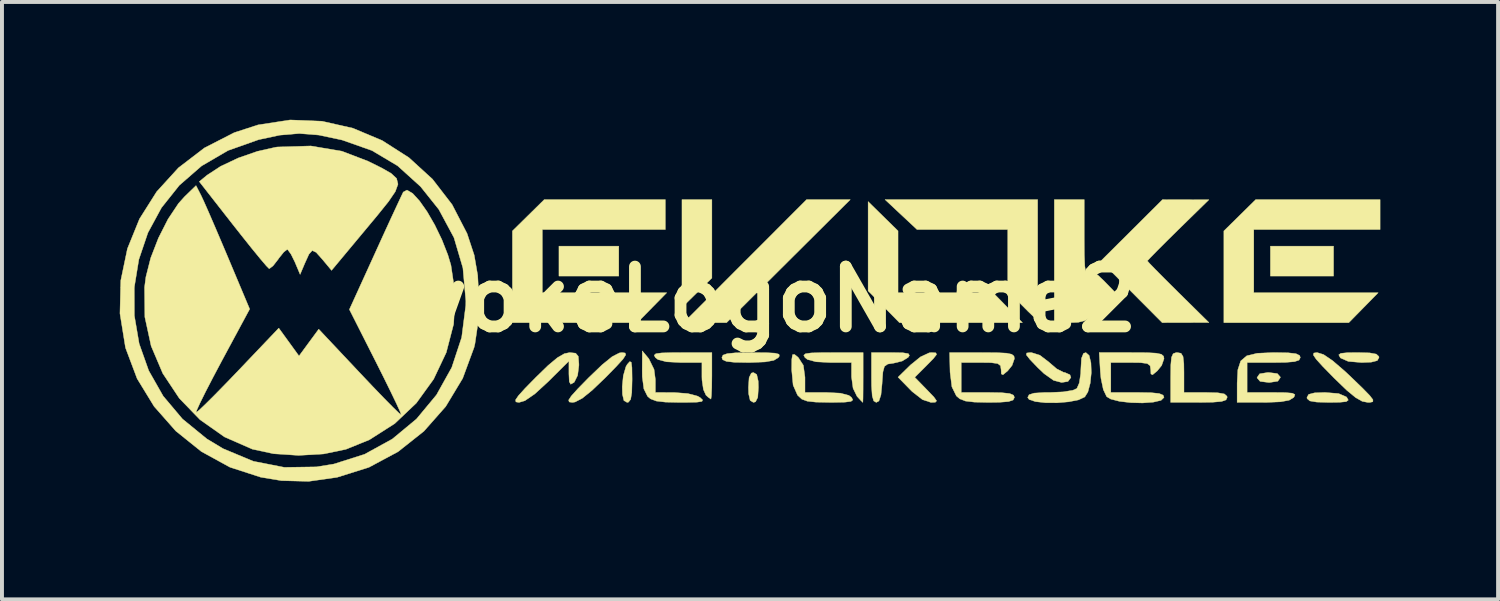
<source format=kicad_pcb>
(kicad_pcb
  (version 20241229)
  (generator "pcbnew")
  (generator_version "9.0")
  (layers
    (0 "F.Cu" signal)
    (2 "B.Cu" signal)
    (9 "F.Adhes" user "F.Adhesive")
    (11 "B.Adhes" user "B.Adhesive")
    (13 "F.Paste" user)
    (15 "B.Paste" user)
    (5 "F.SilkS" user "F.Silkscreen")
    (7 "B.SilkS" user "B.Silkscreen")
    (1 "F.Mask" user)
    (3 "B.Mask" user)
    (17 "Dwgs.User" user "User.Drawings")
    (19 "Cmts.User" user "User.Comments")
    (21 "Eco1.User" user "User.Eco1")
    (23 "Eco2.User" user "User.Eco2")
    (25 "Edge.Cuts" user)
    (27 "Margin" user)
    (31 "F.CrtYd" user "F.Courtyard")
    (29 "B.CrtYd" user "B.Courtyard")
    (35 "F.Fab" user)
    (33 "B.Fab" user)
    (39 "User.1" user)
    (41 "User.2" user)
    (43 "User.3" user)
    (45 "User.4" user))
  (footprint "EvokeLogoName2"
    (layer "F.Cu")
    (at 16.096 4.574)
    (property "Reference" "EvokeLogoName2" (at 0 0 0) (layer "F.SilkS") (effects (font (size 1.524 1.524) (thickness 0.3))))
    (attr through_hole)
    (fp_poly (pts (xy -3.387 -0.593) (xy -4.911 -0.593) (xy -4.911 -1.355) (xy -3.387 -1.355) (xy -3.387 -0.593)) (stroke (width 0.01) (type solid)) (fill yes) (layer "F.SilkS"))
    (fp_poly (pts (xy -1.016 -0.543) (xy -1.778 0.205) (xy -1.778 -2.54) (xy -1.016 -2.54) (xy -1.016 -0.543)) (stroke (width 0.01) (type solid)) (fill yes) (layer "F.SilkS"))
    (fp_poly (pts (xy 14.817 -0.593) (xy 13.208 -0.593) (xy 13.208 -1.355) (xy 14.817 -1.355) (xy 14.817 -0.593)) (stroke (width 0.01) (type solid)) (fill yes) (layer "F.SilkS"))
    (fp_poly (pts (xy 0.934 -0.974) (xy -0.641 0.593) (xy -1.734 0.593) (xy -0.169 -0.974) (xy 1.395 -2.54) (xy 1.952 -2.54) (xy 2.508 -2.54) (xy 0.934 -0.974)) (stroke (width 0.01) (type solid)) (fill yes) (layer "F.SilkS"))
    (fp_poly (pts (xy 3.725 -1.743) (xy 3.725 -0.169) (xy 6.145 -0.169) (xy 6.893 0.593) (xy 3.761 0.593) (xy 2.963 -0.217) (xy 2.963 -2.491) (xy 3.725 -1.743)) (stroke (width 0.01) (type solid)) (fill yes) (layer "F.SilkS"))
    (fp_poly (pts (xy -2.201 -1.778) (xy -5.334 -1.778) (xy -5.334 -0.169) (xy -2.166 -0.169) (xy -2.914 0.593) (xy -6.096 0.593) (xy -6.096 -1.742) (xy -5.691 -2.141) (xy -5.286 -2.54) (xy -2.201 -2.54) (xy -2.201 -1.778)) (stroke (width 0.01) (type solid)) (fill yes) (layer "F.SilkS"))
    (fp_poly (pts (xy 16.002 -1.778) (xy 12.785 -1.778) (xy 12.785 -0.169) (xy 15.953 -0.169) (xy 15.579 0.212) (xy 15.205 0.593) (xy 12.023 0.593) (xy 12.023 -1.742) (xy 12.428 -2.141) (xy 12.833 -2.54) (xy 16.002 -2.54) (xy 16.002 -1.778)) (stroke (width 0.01) (type solid)) (fill yes) (layer "F.SilkS"))
    (fp_poly (pts (xy 0.126 1.913) (xy 0.164 2.082) (xy 0.169 2.244) (xy 0.153 2.495) (xy 0.096 2.609) (xy 0.042 2.625) (xy -0.041 2.575) (xy -0.08 2.405) (xy -0.085 2.244) (xy -0.068 1.993) (xy -0.012 1.878) (xy 0.042 1.863) (xy 0.126 1.913)) (stroke (width 0.01) (type solid)) (fill yes) (layer "F.SilkS"))
    (fp_poly (pts (xy 13.385 1.89) (xy 13.461 1.978) (xy 13.462 1.99) (xy 13.398 2.084) (xy 13.193 2.116) (xy 13.166 2.117) (xy 12.946 2.089) (xy 12.87 2.001) (xy 12.869 1.99) (xy 12.934 1.896) (xy 13.139 1.863) (xy 13.166 1.863) (xy 13.385 1.89)) (stroke (width 0.01) (type solid)) (fill yes) (layer "F.SilkS"))
    (fp_poly (pts (xy 7.281 -1.016) (xy 7.28 -0.529) (xy 7.276 -0.107) (xy 7.271 0.225) (xy 7.264 0.438) (xy 7.257 0.508) (xy 7.189 0.453) (xy 7.039 0.309) (xy 6.876 0.145) (xy 6.519 -0.218) (xy 6.519 -1.778) (xy 4.209 -1.778) (xy 3.394 -2.54) (xy 7.281 -2.54) (xy 7.281 -1.016)) (stroke (width 0.01) (type solid)) (fill yes) (layer "F.SilkS"))
    (fp_poly (pts (xy 14.946 2.399) (xy 15.143 2.484) (xy 15.155 2.498) (xy 15.192 2.565) (xy 15.141 2.604) (xy 14.974 2.621) (xy 14.7 2.625) (xy 14.388 2.616) (xy 14.213 2.587) (xy 14.144 2.529) (xy 14.139 2.498) (xy 14.182 2.42) (xy 14.331 2.381) (xy 14.595 2.371) (xy 14.946 2.399)) (stroke (width 0.01) (type solid)) (fill yes) (layer "F.SilkS"))
    (fp_poly (pts (xy 15.735 1.363) (xy 15.905 1.394) (xy 15.97 1.454) (xy 15.974 1.482) (xy 15.93 1.56) (xy 15.778 1.599) (xy 15.533 1.609) (xy 15.192 1.58) (xy 14.998 1.495) (xy 14.986 1.482) (xy 14.949 1.413) (xy 15.001 1.375) (xy 15.169 1.358) (xy 15.427 1.355) (xy 15.735 1.363)) (stroke (width 0.01) (type solid)) (fill yes) (layer "F.SilkS"))
    (fp_poly (pts (xy -3.069 1.602) (xy -3.052 1.737) (xy -3.048 2.012) (xy -3.048 2.058) (xy -3.056 2.372) (xy -3.085 2.548) (xy -3.142 2.619) (xy -3.175 2.625) (xy -3.256 2.578) (xy -3.294 2.418) (xy -3.299 2.223) (xy -3.272 1.945) (xy -3.206 1.716) (xy -3.172 1.656) (xy -3.107 1.584) (xy -3.069 1.602)) (stroke (width 0.01) (type solid)) (fill yes) (layer "F.SilkS"))
    (fp_poly (pts (xy 0.372 1.358) (xy 0.591 1.37) (xy 0.693 1.397) (xy 0.703 1.443) (xy 0.677 1.482) (xy 0.562 1.553) (xy 0.341 1.593) (xy -0.013 1.608) (xy -0.095 1.609) (xy -0.44 1.603) (xy -0.645 1.58) (xy -0.742 1.536) (xy -0.762 1.482) (xy -0.733 1.42) (xy -0.625 1.382) (xy -0.41 1.361) (xy -0.06 1.355) (xy 0.01 1.355) (xy 0.372 1.358)) (stroke (width 0.01) (type solid)) (fill yes) (layer "F.SilkS"))
    (fp_poly (pts (xy 4.687 1.362) (xy 4.707 1.403) (xy 4.626 1.507) (xy 4.466 1.67) (xy 4.151 1.985) (xy 4.463 2.305) (xy 4.64 2.49) (xy 4.707 2.585) (xy 4.675 2.62) (xy 4.564 2.625) (xy 4.347 2.553) (xy 4.086 2.35) (xy 4.039 2.303) (xy 3.725 1.982) (xy 4.046 1.668) (xy 4.297 1.465) (xy 4.518 1.362) (xy 4.574 1.355) (xy 4.687 1.362)) (stroke (width 0.01) (type solid)) (fill yes) (layer "F.SilkS"))
    (fp_poly (pts (xy 7.336 1.422) (xy 7.566 1.597) (xy 7.578 1.609) (xy 7.767 1.77) (xy 7.938 1.857) (xy 7.975 1.863) (xy 8.103 1.92) (xy 8.128 1.99) (xy 8.053 2.091) (xy 7.892 2.117) (xy 7.686 2.063) (xy 7.444 1.891) (xy 7.281 1.736) (xy 7.083 1.529) (xy 6.993 1.415) (xy 7.001 1.366) (xy 7.095 1.355) (xy 7.121 1.355) (xy 7.336 1.422)) (stroke (width 0.01) (type solid)) (fill yes) (layer "F.SilkS"))
    (fp_poly (pts (xy 8.467 -1.556) (xy 8.47 -1.131) (xy 8.481 -0.853) (xy 8.503 -0.7) (xy 8.539 -0.648) (xy 8.579 -0.665) (xy 8.68 -0.693) (xy 8.819 -0.613) (xy 8.977 -0.463) (xy 9.263 -0.168) (xy 8.889 0.212) (xy 8.668 0.425) (xy 8.496 0.539) (xy 8.312 0.585) (xy 8.11 0.593) (xy 7.705 0.593) (xy 7.705 -2.54) (xy 8.467 -2.54) (xy 8.467 -1.556)) (stroke (width 0.01) (type solid)) (fill yes) (layer "F.SilkS"))
    (fp_poly (pts (xy 11.642 -2.537) (xy 10.858 -1.77) (xy 10.566 -1.482) (xy 10.323 -1.239) (xy 10.153 -1.065) (xy 10.077 -0.983) (xy 10.075 -0.979) (xy 10.132 -0.914) (xy 10.287 -0.754) (xy 10.518 -0.521) (xy 10.803 -0.238) (xy 10.858 -0.183) (xy 11.642 0.59) (xy 10.453 0.593) (xy 9.671 -0.192) (xy 8.89 -0.977) (xy 9.675 -1.758) (xy 10.46 -2.54) (xy 11.642 -2.537)) (stroke (width 0.01) (type solid)) (fill yes) (layer "F.SilkS"))
    (fp_poly (pts (xy -3.224 1.366) (xy -3.21 1.414) (xy -3.278 1.519) (xy -3.442 1.7) (xy -3.713 1.978) (xy -3.725 1.99) (xy -4.065 2.315) (xy -4.317 2.519) (xy -4.5 2.614) (xy -4.568 2.625) (xy -4.65 2.613) (xy -4.664 2.565) (xy -4.596 2.461) (xy -4.432 2.279) (xy -4.161 2.002) (xy -4.149 1.99) (xy -3.809 1.664) (xy -3.557 1.46) (xy -3.374 1.365) (xy -3.306 1.355) (xy -3.224 1.366)) (stroke (width 0.01) (type solid)) (fill yes) (layer "F.SilkS"))
    (fp_poly (pts (xy 3.847 1.36) (xy 3.987 1.382) (xy 4.015 1.428) (xy 3.983 1.477) (xy 3.831 1.571) (xy 3.613 1.625) (xy 3.462 1.648) (xy 3.379 1.707) (xy 3.34 1.847) (xy 3.32 2.109) (xy 3.319 2.138) (xy 3.29 2.434) (xy 3.238 2.588) (xy 3.171 2.625) (xy 3.106 2.588) (xy 3.067 2.458) (xy 3.05 2.205) (xy 3.048 1.99) (xy 3.048 1.355) (xy 3.566 1.355) (xy 3.847 1.36)) (stroke (width 0.01) (type solid)) (fill yes) (layer "F.SilkS"))
    (fp_poly (pts (xy -2.622 1.512) (xy -2.489 1.783) (xy -2.455 2.041) (xy -2.455 2.371) (xy -1.968 2.373) (xy -1.628 2.399) (xy -1.379 2.465) (xy -1.317 2.5) (xy -1.251 2.562) (xy -1.269 2.599) (xy -1.394 2.618) (xy -1.652 2.624) (xy -1.833 2.625) (xy -2.197 2.617) (xy -2.431 2.59) (xy -2.578 2.534) (xy -2.654 2.47) (xy -2.748 2.281) (xy -2.789 1.97) (xy -2.791 1.814) (xy -2.788 1.312) (xy -2.622 1.512)) (stroke (width 0.01) (type solid)) (fill yes) (layer "F.SilkS"))
    (fp_poly (pts (xy -1.016 1.947) (xy -1.019 2.239) (xy -1.028 2.451) (xy -1.04 2.54) (xy -1.041 2.54) (xy -1.114 2.489) (xy -1.168 2.438) (xy -1.232 2.295) (xy -1.267 2.059) (xy -1.27 1.973) (xy -1.27 1.609) (xy -1.81 1.609) (xy -2.171 1.59) (xy -2.389 1.533) (xy -2.455 1.482) (xy -2.486 1.422) (xy -2.442 1.384) (xy -2.295 1.364) (xy -2.021 1.356) (xy -1.788 1.355) (xy -1.016 1.355) (xy -1.016 1.947)) (stroke (width 0.01) (type solid)) (fill yes) (layer "F.SilkS"))
    (fp_poly (pts (xy 2.836 1.355) (xy 2.836 1.99) (xy 2.835 2.293) (xy 2.833 2.518) (xy 2.829 2.622) (xy 2.828 2.625) (xy 2.773 2.571) (xy 2.68 2.47) (xy 2.58 2.265) (xy 2.54 1.974) (xy 2.54 1.962) (xy 2.54 1.609) (xy 2 1.609) (xy 1.639 1.59) (xy 1.421 1.533) (xy 1.355 1.482) (xy 1.324 1.422) (xy 1.368 1.385) (xy 1.513 1.364) (xy 1.785 1.356) (xy 2.043 1.355) (xy 2.836 1.355)) (stroke (width 0.01) (type solid)) (fill yes) (layer "F.SilkS"))
    (fp_poly (pts (xy 10.932 1.373) (xy 10.983 1.455) (xy 11.004 1.638) (xy 11.007 1.863) (xy 11.007 2.371) (xy 11.557 2.371) (xy 11.866 2.379) (xy 12.037 2.409) (xy 12.103 2.469) (xy 12.107 2.498) (xy 12.077 2.561) (xy 11.965 2.6) (xy 11.742 2.619) (xy 11.388 2.625) (xy 10.668 2.625) (xy 10.668 1.99) (xy 10.672 1.665) (xy 10.69 1.475) (xy 10.732 1.383) (xy 10.807 1.356) (xy 10.837 1.355) (xy 10.932 1.373)) (stroke (width 0.01) (type solid)) (fill yes) (layer "F.SilkS"))
    (fp_poly (pts (xy 14.561 1.405) (xy 14.794 1.563) (xy 15.113 1.838) (xy 15.274 1.99) (xy 15.562 2.268) (xy 15.739 2.45) (xy 15.82 2.557) (xy 15.817 2.608) (xy 15.743 2.624) (xy 15.692 2.625) (xy 15.547 2.597) (xy 15.377 2.5) (xy 15.154 2.316) (xy 14.85 2.023) (xy 14.817 1.99) (xy 14.541 1.708) (xy 14.374 1.524) (xy 14.302 1.417) (xy 14.313 1.367) (xy 14.393 1.355) (xy 14.399 1.355) (xy 14.561 1.405)) (stroke (width 0.01) (type solid)) (fill yes) (layer "F.SilkS"))
    (fp_poly (pts (xy -4.485 1.371) (xy -4.418 1.451) (xy -4.403 1.646) (xy -4.403 1.683) (xy -4.435 1.936) (xy -4.519 2.106) (xy -4.53 2.117) (xy -4.612 2.162) (xy -4.648 2.096) (xy -4.657 1.897) (xy -4.657 1.571) (xy -5.188 2.098) (xy -5.526 2.408) (xy -5.778 2.581) (xy -5.927 2.625) (xy -6.006 2.612) (xy -6.016 2.561) (xy -5.942 2.452) (xy -5.772 2.264) (xy -5.503 1.99) (xy -5.186 1.682) (xy -4.951 1.486) (xy -4.774 1.383) (xy -4.638 1.355) (xy -4.485 1.371)) (stroke (width 0.01) (type solid)) (fill yes) (layer "F.SilkS"))
    (fp_poly (pts (xy 1.185 1.481) (xy 1.185 1.482) (xy 1.313 1.679) (xy 1.355 1.983) (xy 1.355 2.003) (xy 1.355 2.371) (xy 1.895 2.371) (xy 2.256 2.389) (xy 2.473 2.446) (xy 2.54 2.498) (xy 2.574 2.561) (xy 2.526 2.599) (xy 2.371 2.618) (xy 2.081 2.624) (xy 1.979 2.624) (xy 1.633 2.617) (xy 1.413 2.593) (xy 1.275 2.542) (xy 1.177 2.452) (xy 1.164 2.437) (xy 1.053 2.185) (xy 1.016 1.795) (xy 1.016 1.79) (xy 1.019 1.528) (xy 1.038 1.408) (xy 1.088 1.402) (xy 1.185 1.481)) (stroke (width 0.01) (type solid)) (fill yes) (layer "F.SilkS"))
    (fp_poly (pts (xy 8.592 1.429) (xy 8.638 1.617) (xy 8.647 1.868) (xy 8.62 2.132) (xy 8.56 2.359) (xy 8.481 2.485) (xy 8.323 2.559) (xy 8.073 2.609) (xy 7.776 2.634) (xy 7.478 2.632) (xy 7.225 2.604) (xy 7.063 2.55) (xy 7.027 2.498) (xy 7.063 2.428) (xy 7.19 2.388) (xy 7.441 2.372) (xy 7.603 2.371) (xy 7.932 2.356) (xy 8.176 2.316) (xy 8.28 2.269) (xy 8.341 2.129) (xy 8.377 1.889) (xy 8.382 1.761) (xy 8.397 1.501) (xy 8.447 1.377) (xy 8.509 1.355) (xy 8.592 1.429)) (stroke (width 0.01) (type solid)) (fill yes) (layer "F.SilkS"))
    (fp_poly (pts (xy 13.66 1.361) (xy 13.861 1.384) (xy 13.953 1.43) (xy 13.97 1.482) (xy 13.938 1.547) (xy 13.822 1.586) (xy 13.593 1.605) (xy 13.293 1.609) (xy 12.615 1.609) (xy 12.615 2.371) (xy 13.261 2.371) (xy 13.584 2.374) (xy 13.766 2.39) (xy 13.833 2.424) (xy 13.812 2.483) (xy 13.801 2.498) (xy 13.685 2.569) (xy 13.465 2.609) (xy 13.11 2.624) (xy 13.028 2.625) (xy 12.361 2.625) (xy 12.361 2.13) (xy 12.379 1.793) (xy 12.452 1.569) (xy 12.607 1.437) (xy 12.872 1.373) (xy 13.275 1.355) (xy 13.32 1.355) (xy 13.66 1.361)) (stroke (width 0.01) (type solid)) (fill yes) (layer "F.SilkS"))
    (fp_poly (pts (xy 9.673 1.355) (xy 10.054 1.357) (xy 10.296 1.37) (xy 10.431 1.398) (xy 10.488 1.447) (xy 10.499 1.511) (xy 10.439 1.683) (xy 10.329 1.82) (xy 10.207 1.921) (xy 10.165 1.899) (xy 10.16 1.791) (xy 10.145 1.69) (xy 10.072 1.635) (xy 9.903 1.612) (xy 9.652 1.609) (xy 9.144 1.609) (xy 9.144 2.371) (xy 9.821 2.371) (xy 10.169 2.377) (xy 10.377 2.398) (xy 10.477 2.441) (xy 10.499 2.498) (xy 10.423 2.572) (xy 10.226 2.618) (xy 9.953 2.638) (xy 9.651 2.63) (xy 9.365 2.597) (xy 9.141 2.539) (xy 9.038 2.477) (xy 8.953 2.298) (xy 8.893 2.011) (xy 8.877 1.841) (xy 8.848 1.354) (xy 9.673 1.355)) (stroke (width 0.01) (type solid)) (fill yes) (layer "F.SilkS"))
    (fp_poly (pts (xy 5.863 1.355) (xy 6.244 1.358) (xy 6.486 1.37) (xy 6.621 1.398) (xy 6.678 1.447) (xy 6.689 1.511) (xy 6.629 1.683) (xy 6.519 1.82) (xy 6.397 1.921) (xy 6.355 1.899) (xy 6.35 1.791) (xy 6.335 1.69) (xy 6.262 1.635) (xy 6.093 1.612) (xy 5.842 1.609) (xy 5.334 1.609) (xy 5.334 2.371) (xy 6.011 2.371) (xy 6.359 2.377) (xy 6.567 2.398) (xy 6.667 2.441) (xy 6.689 2.498) (xy 6.656 2.563) (xy 6.539 2.603) (xy 6.307 2.621) (xy 6.024 2.625) (xy 5.67 2.617) (xy 5.442 2.59) (xy 5.298 2.534) (xy 5.21 2.459) (xy 5.097 2.229) (xy 5.05 1.856) (xy 5.049 1.824) (xy 5.038 1.355) (xy 5.863 1.355)) (stroke (width 0.01) (type solid)) (fill yes) (layer "F.SilkS"))
    (fp_poly (pts (xy -10.438 -3.773) (xy -9.774 -3.519) (xy -9.429 -3.348) (xy -9.186 -3.21) (xy -9.046 -3.08) (xy -9.01 -2.934) (xy -9.078 -2.746) (xy -9.249 -2.494) (xy -9.525 -2.151) (xy -9.797 -1.824) (xy -10.702 -0.738) (xy -10.937 -1.02) (xy -11.095 -1.197) (xy -11.194 -1.244) (xy -11.277 -1.151) (xy -11.379 -0.927) (xy -11.503 -0.635) (xy -11.637 -0.953) (xy -11.735 -1.151) (xy -11.816 -1.262) (xy -11.833 -1.27) (xy -11.917 -1.206) (xy -12.042 -1.05) (xy -12.065 -1.016) (xy -12.191 -0.855) (xy -12.284 -0.783) (xy -12.294 -0.783) (xy -12.364 -0.854) (xy -12.519 -1.036) (xy -12.74 -1.306) (xy -13.008 -1.642) (xy -13.213 -1.902) (xy -14.071 -2.999) (xy -13.872 -3.163) (xy -13.525 -3.39) (xy -13.074 -3.602) (xy -12.585 -3.772) (xy -12.124 -3.875) (xy -12.079 -3.881) (xy -11.231 -3.907) (xy -10.438 -3.773)) (stroke (width 0.01) (type solid)) (fill yes) (layer "F.SilkS"))
    (fp_poly (pts (xy -14.029 -2.655) (xy -13.955 -2.497) (xy -13.83 -2.215) (xy -13.668 -1.84) (xy -13.482 -1.404) (xy -13.346 -1.083) (xy -12.787 0.247) (xy -13.496 1.563) (xy -13.721 1.987) (xy -13.911 2.354) (xy -14.053 2.641) (xy -14.136 2.825) (xy -14.151 2.882) (xy -14.078 2.825) (xy -13.909 2.664) (xy -13.663 2.419) (xy -13.361 2.11) (xy -13.071 1.808) (xy -12.046 0.732) (xy -11.531 1.442) (xy -11.28 1.1) (xy -11.029 0.759) (xy -9.99 1.863) (xy -9.656 2.216) (xy -9.364 2.519) (xy -9.132 2.754) (xy -8.98 2.901) (xy -8.926 2.943) (xy -8.955 2.863) (xy -9.048 2.658) (xy -9.196 2.351) (xy -9.385 1.967) (xy -9.575 1.588) (xy -10.248 0.258) (xy -9.601 -1.162) (xy -9.391 -1.624) (xy -9.2 -2.04) (xy -9.041 -2.382) (xy -8.928 -2.624) (xy -8.876 -2.733) (xy -8.781 -2.783) (xy -8.638 -2.7) (xy -8.462 -2.508) (xy -8.268 -2.232) (xy -8.073 -1.894) (xy -7.892 -1.52) (xy -7.74 -1.133) (xy -7.662 -0.873) (xy -7.549 -0.119) (xy -7.593 0.63) (xy -7.781 1.354) (xy -8.102 2.032) (xy -8.543 2.642) (xy -9.093 3.164) (xy -9.739 3.576) (xy -10.337 3.819) (xy -10.904 3.937) (xy -11.541 3.974) (xy -12.176 3.932) (xy -12.72 3.815) (xy -13.427 3.505) (xy -14.052 3.065) (xy -14.581 2.518) (xy -15.001 1.885) (xy -15.297 1.188) (xy -15.457 0.451) (xy -15.465 -0.306) (xy -15.43 -0.573) (xy -15.308 -1.054) (xy -15.111 -1.562) (xy -14.867 -2.043) (xy -14.601 -2.442) (xy -14.448 -2.613) (xy -14.154 -2.898) (xy -14.029 -2.655)) (stroke (width 0.01) (type solid)) (fill yes) (layer "F.SilkS"))
    (fp_poly (pts (xy -10.946 -4.537) (xy -10.158 -4.359) (xy -9.414 -4.046) (xy -8.732 -3.61) (xy -8.132 -3.062) (xy -7.632 -2.414) (xy -7.251 -1.677) (xy -7.069 -1.126) (xy -6.98 -0.611) (xy -6.948 -0.012) (xy -6.971 0.595) (xy -7.051 1.135) (xy -7.072 1.224) (xy -7.362 2.011) (xy -7.794 2.728) (xy -8.349 3.357) (xy -9.007 3.879) (xy -9.749 4.277) (xy -10.557 4.531) (xy -10.559 4.532) (xy -11.284 4.635) (xy -11.976 4.617) (xy -12.507 4.529) (xy -13.29 4.275) (xy -14.018 3.876) (xy -14.669 3.353) (xy -15.221 2.727) (xy -15.654 2.019) (xy -15.944 1.249) (xy -15.953 1.215) (xy -16.091 0.359) (xy -16.075 -0.305) (xy -15.726 -0.305) (xy -15.724 0.415) (xy -15.602 1.128) (xy -15.358 1.816) (xy -14.991 2.462) (xy -14.498 3.047) (xy -13.877 3.554) (xy -13.465 3.802) (xy -12.696 4.123) (xy -11.905 4.278) (xy -11.087 4.266) (xy -10.645 4.194) (xy -9.861 3.945) (xy -9.154 3.556) (xy -8.539 3.046) (xy -8.03 2.433) (xy -7.641 1.735) (xy -7.388 0.968) (xy -7.284 0.153) (xy -7.282 0.039) (xy -7.357 -0.8) (xy -7.585 -1.573) (xy -7.971 -2.291) (xy -8.437 -2.874) (xy -9.021 -3.402) (xy -9.673 -3.79) (xy -10.427 -4.056) (xy -10.45 -4.062) (xy -11.024 -4.184) (xy -11.523 -4.224) (xy -12.022 -4.182) (xy -12.56 -4.067) (xy -13.339 -3.791) (xy -14.012 -3.398) (xy -14.578 -2.906) (xy -15.034 -2.333) (xy -15.379 -1.697) (xy -15.61 -1.015) (xy -15.726 -0.305) (xy -16.075 -0.305) (xy -16.07 -0.482) (xy -15.901 -1.291) (xy -15.593 -2.05) (xy -15.156 -2.742) (xy -14.602 -3.35) (xy -13.94 -3.857) (xy -13.181 -4.246) (xy -12.576 -4.443) (xy -11.758 -4.569) (xy -10.946 -4.537)) (stroke (width 0.01) (type solid)) (fill yes) (layer "F.SilkS")))
  (gr_rect
    (start -3 -3)
    (end 35.103 12.214)
    (stroke (width 0.1) (type default))
    (fill no)
    (layer "Edge.Cuts")))
</source>
